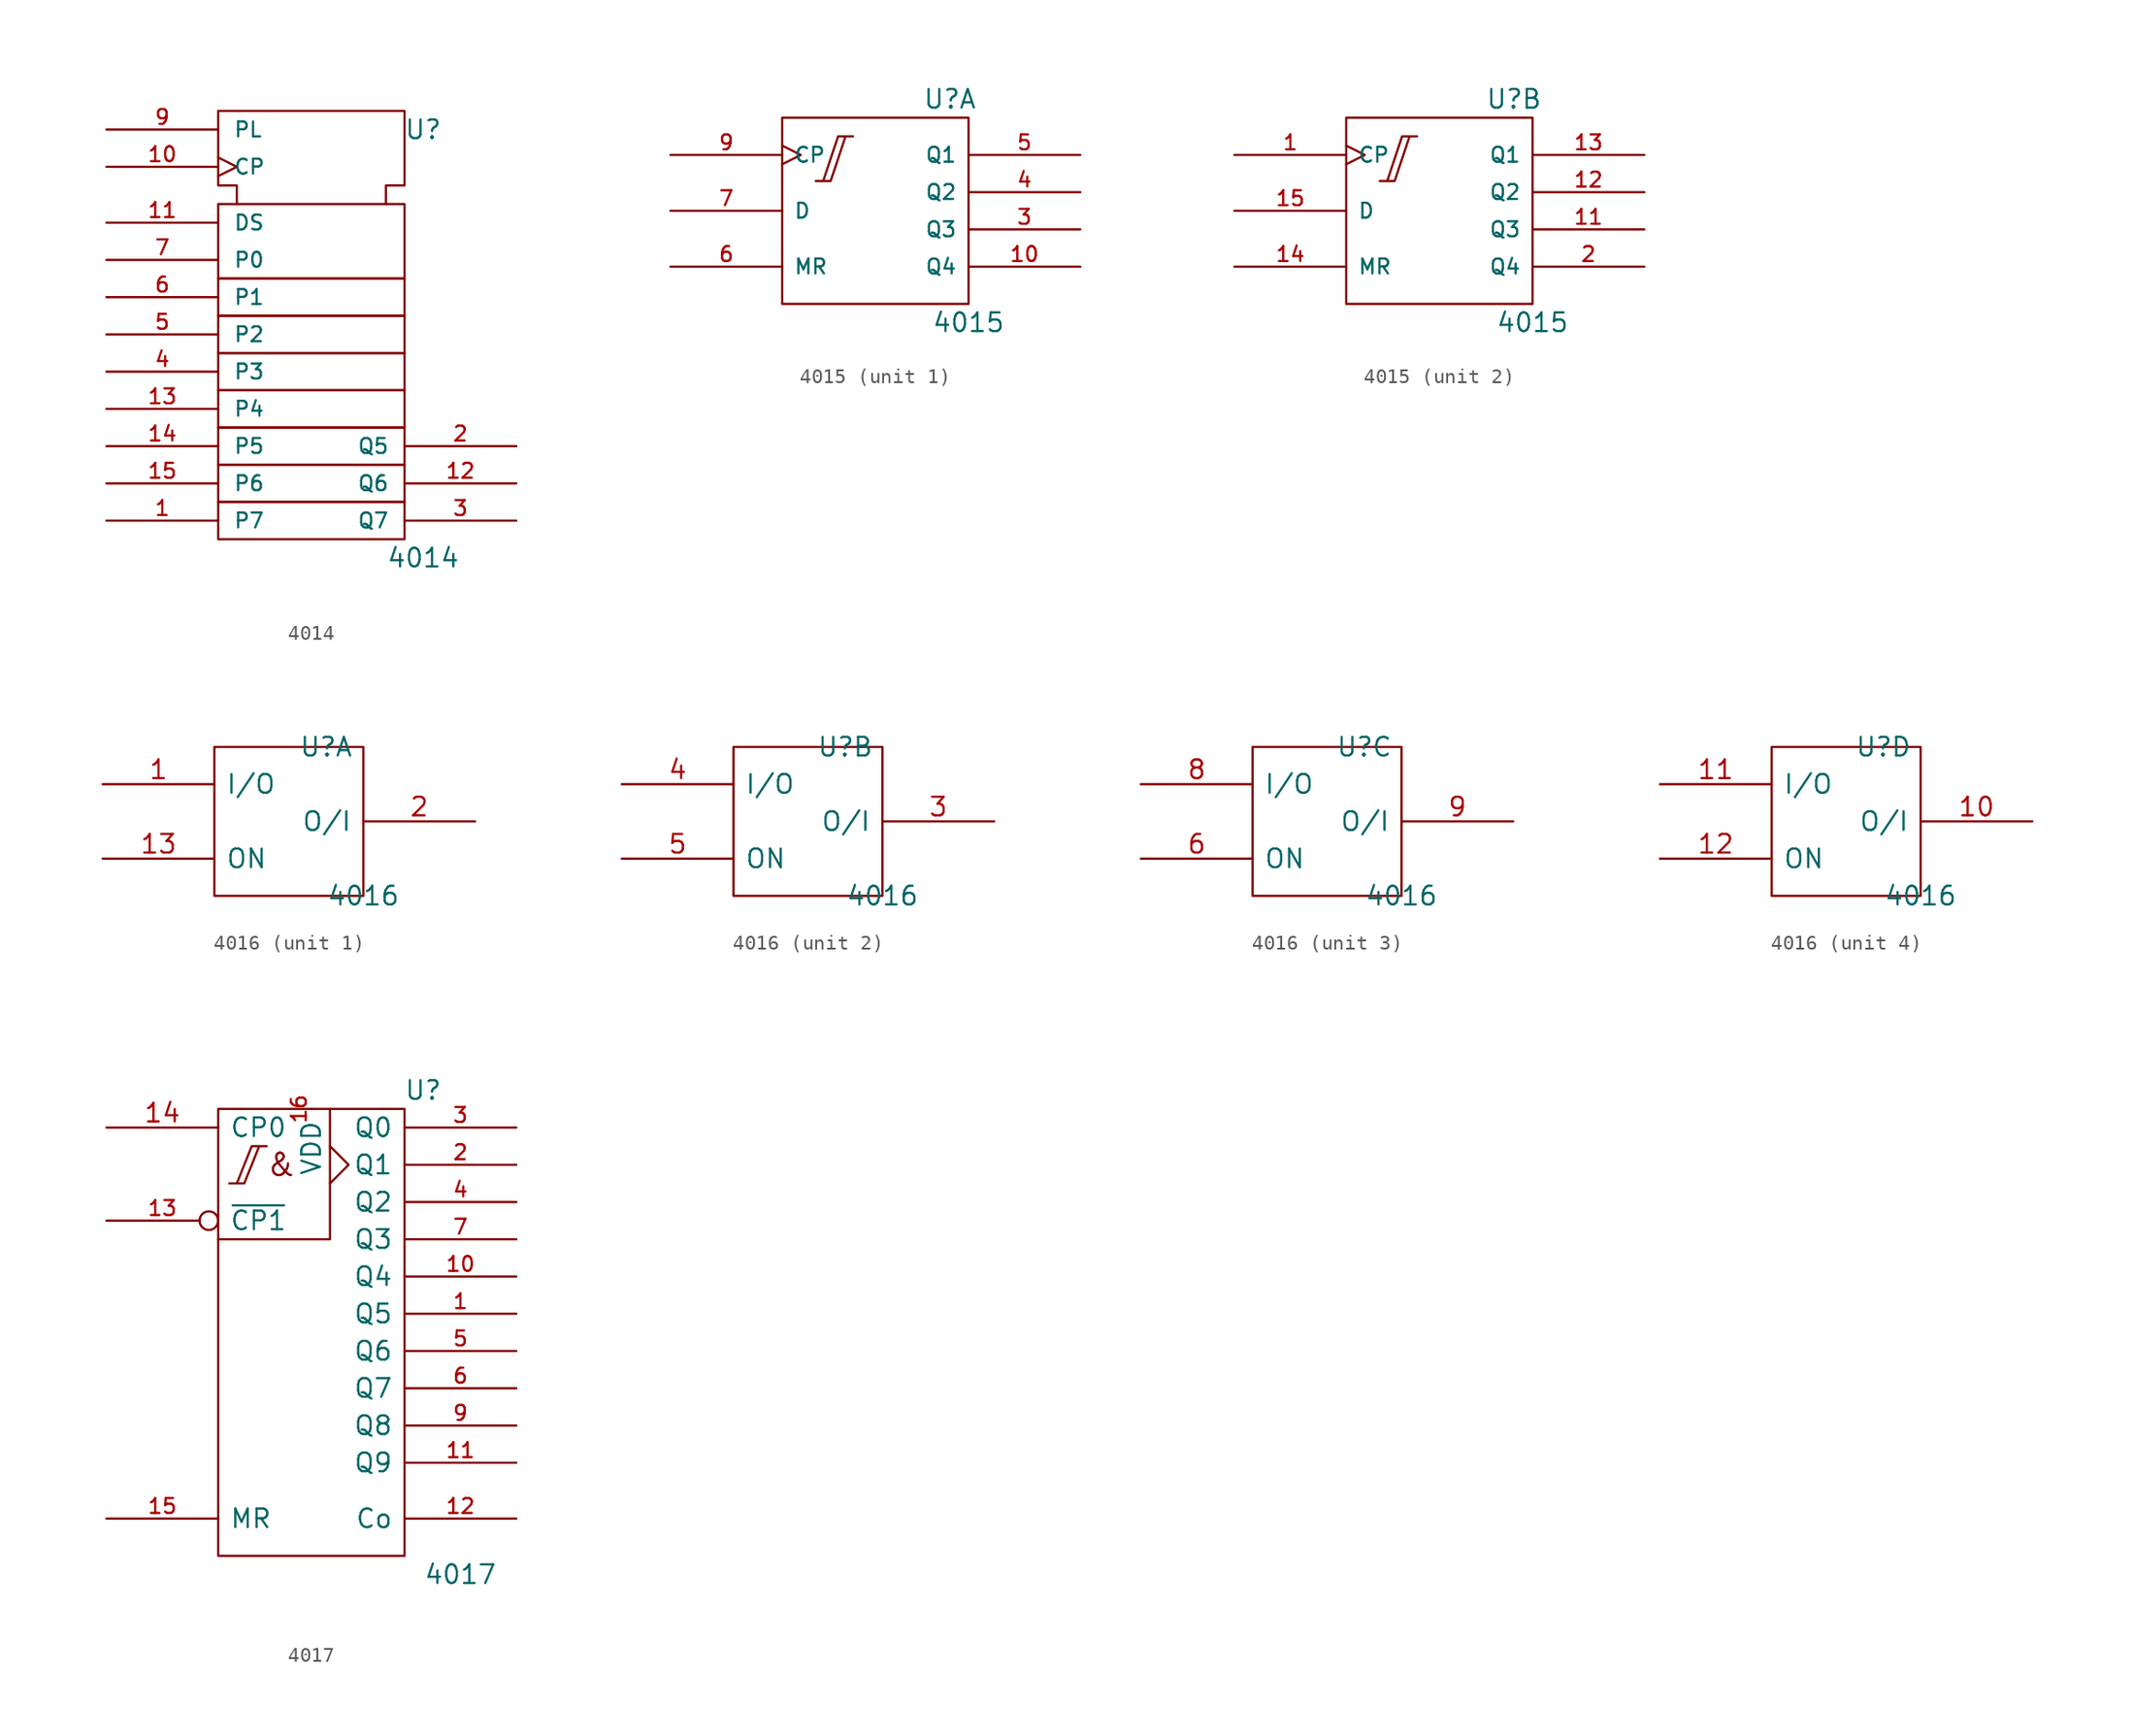
<source format=kicad_sym>
(kicad_symbol_lib
  (version 20201005)
  (generator kicad_symbol_editor)
  (symbol "4xxx_IEEE:4014"
    (pin_names
      (offset 1.016))
    (property "Reference" "U"
      (at 7.62 7.62 0)
      (effects (font (size 1.27 1.27))))
    (property "Value" "4014"
      (at 7.62 -21.59 0)
      (effects (font (size 1.27 1.27))))
    (symbol "4014_0_1"
      (rectangle (start -6.35 -17.78) (end 6.35 -20.32) (stroke (width 0)) (fill (type none)))
      (rectangle (start -6.35 -15.24) (end 6.35 -17.78) (stroke (width 0)) (fill (type none)))
      (rectangle (start -6.35 -12.7) (end 6.35 -15.24) (stroke (width 0)) (fill (type none)))
      (rectangle (start -6.35 -10.16) (end 6.35 -12.7) (stroke (width 0)) (fill (type none)))
      (rectangle (start -6.35 -7.62) (end 6.35 -10.16) (stroke (width 0)) (fill (type none)))
      (rectangle (start -6.35 -5.08) (end 6.35 -7.62) (stroke (width 0)) (fill (type none)))
      (rectangle (start -6.35 -2.54) (end 6.35 -5.08) (stroke (width 0)) (fill (type none)))
      (rectangle (start -6.35 2.54) (end 6.35 -2.54) (stroke (width 0)) (fill (type none)))
      (polyline (pts (xy -5.08 2.54) (xy -5.08 3.81) (xy -6.35 3.81) (xy -6.35 8.89) (xy 6.35 8.89) (xy 6.35 3.81) (xy 5.08 3.81) (xy 5.08 2.54) (xy 5.08 2.54)) (stroke (width 0)) (fill (type none))))
    (symbol "4014_1_1"
      (pin input line (at -13.97 -19.05 0) (length 7.62) (name "P7" (effects (font (size 1.016 1.016)))) (number "1" (effects (font (size 1.016 1.016)))))
      (pin output clock (at -13.97 5.08 0) (length 7.62) (name "CP" (effects (font (size 1.016 1.016)))) (number "10" (effects (font (size 1.016 1.016)))))
      (pin output line (at -13.97 1.27 0) (length 7.62) (name "DS" (effects (font (size 1.016 1.016)))) (number "11" (effects (font (size 1.016 1.016)))))
      (pin output line (at 13.97 -16.51 180) (length 7.62) (name "Q6" (effects (font (size 1.016 1.016)))) (number "12" (effects (font (size 1.016 1.016)))))
      (pin input line (at -13.97 -11.43 0) (length 7.62) (name "P4" (effects (font (size 1.016 1.016)))) (number "13" (effects (font (size 1.016 1.016)))))
      (pin input line (at -13.97 -13.97 0) (length 7.62) (name "P5" (effects (font (size 1.016 1.016)))) (number "14" (effects (font (size 1.016 1.016)))))
      (pin input line (at -13.97 -16.51 0) (length 7.62) (name "P6" (effects (font (size 1.016 1.016)))) (number "15" (effects (font (size 1.016 1.016)))))
      (pin power_in line (at 3.81 8.89 270) (length 0) hide (name "Vdd" (effects (font (size 1.016 1.016)))) (number "16" (effects (font (size 1.016 1.016)))))
      (pin output line (at 13.97 -13.97 180) (length 7.62) (name "Q5" (effects (font (size 1.016 1.016)))) (number "2" (effects (font (size 1.016 1.016)))))
      (pin output line (at 13.97 -19.05 180) (length 7.62) (name "Q7" (effects (font (size 1.016 1.016)))) (number "3" (effects (font (size 1.016 1.016)))))
      (pin input line (at -13.97 -8.89 0) (length 7.62) (name "P3" (effects (font (size 1.016 1.016)))) (number "4" (effects (font (size 1.016 1.016)))))
      (pin input line (at -13.97 -6.35 0) (length 7.62) (name "P2" (effects (font (size 1.016 1.016)))) (number "5" (effects (font (size 1.016 1.016)))))
      (pin input line (at -13.97 -3.81 0) (length 7.62) (name "P1" (effects (font (size 1.016 1.016)))) (number "6" (effects (font (size 1.016 1.016)))))
      (pin input line (at -13.97 -1.27 0) (length 7.62) (name "P0" (effects (font (size 1.016 1.016)))) (number "7" (effects (font (size 1.016 1.016)))))
      (pin power_in line (at 0 8.89 270) (length 0) hide (name "Vss" (effects (font (size 1.016 1.016)))) (number "8" (effects (font (size 1.016 1.016)))))
      (pin output line (at -13.97 7.62 0) (length 7.62) (name "PL" (effects (font (size 1.016 1.016)))) (number "9" (effects (font (size 1.016 1.016)))))))
  (symbol "4xxx_IEEE:4015"
    (pin_names
      (offset 0.762))
    (property "Reference" "U"
      (at 5.08 7.62 0)
      (effects (font (size 1.27 1.27))))
    (property "Value" "4015"
      (at 6.35 -7.62 0)
      (effects (font (size 1.27 1.27))))
    (symbol "4015_0_1"
      (rectangle (start 6.35 6.35) (end -6.35 -6.35) (stroke (width 0)) (fill (type none)))
      (polyline (pts (xy -4.064 2.032) (xy -3.048 2.032) (xy -2.032 5.08) (xy -1.524 5.08) (xy -2.54 5.08) (xy -3.556 2.032) (xy -3.556 2.032)) (stroke (width 0)) (fill (type none)))
      (pin power_in line (at 0 6.35 270) (length 0) hide (name "Vdd" (effects (font (size 1.016 1.016)))) (number "16" (effects (font (size 1.016 1.016)))))
      (pin power_in line (at 0 -6.35 90) (length 0) hide (name "Vss" (effects (font (size 1.016 1.016)))) (number "8" (effects (font (size 1.016 1.016))))))
    (symbol "4015_1_1"
      (pin output line (at 13.97 -3.81 180) (length 7.62) (name "Q4" (effects (font (size 1.016 1.016)))) (number "10" (effects (font (size 1.016 1.016)))))
      (pin output line (at 13.97 -1.27 180) (length 7.62) (name "Q3" (effects (font (size 1.016 1.016)))) (number "3" (effects (font (size 1.016 1.016)))))
      (pin output line (at 13.97 1.27 180) (length 7.62) (name "Q2" (effects (font (size 1.016 1.016)))) (number "4" (effects (font (size 1.016 1.016)))))
      (pin output line (at 13.97 3.81 180) (length 7.62) (name "Q1" (effects (font (size 1.016 1.016)))) (number "5" (effects (font (size 1.016 1.016)))))
      (pin input line (at -13.97 -3.81 0) (length 7.62) (name "MR" (effects (font (size 1.016 1.016)))) (number "6" (effects (font (size 1.016 1.016)))))
      (pin input line (at -13.97 0 0) (length 7.62) (name "D" (effects (font (size 1.016 1.016)))) (number "7" (effects (font (size 1.016 1.016)))))
      (pin input clock (at -13.97 3.81 0) (length 7.62) (name "CP" (effects (font (size 1.016 1.016)))) (number "9" (effects (font (size 1.016 1.016))))))
    (symbol "4015_2_1"
      (pin input clock (at -13.97 3.81 0) (length 7.62) (name "CP" (effects (font (size 1.016 1.016)))) (number "1" (effects (font (size 1.016 1.016)))))
      (pin output line (at 13.97 -1.27 180) (length 7.62) (name "Q3" (effects (font (size 1.016 1.016)))) (number "11" (effects (font (size 1.016 1.016)))))
      (pin output line (at 13.97 1.27 180) (length 7.62) (name "Q2" (effects (font (size 1.016 1.016)))) (number "12" (effects (font (size 1.016 1.016)))))
      (pin output line (at 13.97 3.81 180) (length 7.62) (name "Q1" (effects (font (size 1.016 1.016)))) (number "13" (effects (font (size 1.016 1.016)))))
      (pin input line (at -13.97 -3.81 0) (length 7.62) (name "MR" (effects (font (size 1.016 1.016)))) (number "14" (effects (font (size 1.016 1.016)))))
      (pin input line (at -13.97 0 0) (length 7.62) (name "D" (effects (font (size 1.016 1.016)))) (number "15" (effects (font (size 1.016 1.016)))))
      (pin output line (at 13.97 -3.81 180) (length 7.62) (name "Q4" (effects (font (size 1.016 1.016)))) (number "2" (effects (font (size 1.016 1.016)))))))
  (symbol "4xxx_IEEE:4016"
    (pin_names
      (offset 0.762))
    (property "Reference" "U"
      (at 2.54 5.08 0)
      (effects (font (size 1.27 1.27))))
    (property "Value" "4016"
      (at 5.08 -5.08 0)
      (effects (font (size 1.27 1.27))))
    (symbol "4016_0_1"
      (rectangle (start -5.08 5.08) (end 5.08 -5.08) (stroke (width 0)) (fill (type none)))
      (pin power_in line (at 0 5.08 270) (length 0) hide (name "Vdd" (effects (font (size 1.27 1.27)))) (number "14" (effects (font (size 1.27 1.27)))))
      (pin power_in line (at 0 -5.08 90) (length 0) hide (name "Vss" (effects (font (size 1.27 1.27)))) (number "7" (effects (font (size 1.27 1.27))))))
    (symbol "4016_1_1"
      (pin passive line (at -12.7 2.54 0) (length 7.62) (name "I/O" (effects (font (size 1.27 1.27)))) (number "1" (effects (font (size 1.27 1.27)))))
      (pin input line (at -12.7 -2.54 0) (length 7.62) (name "ON" (effects (font (size 1.27 1.27)))) (number "13" (effects (font (size 1.27 1.27)))))
      (pin passive line (at 12.7 0 180) (length 7.62) (name "O/I" (effects (font (size 1.27 1.27)))) (number "2" (effects (font (size 1.27 1.27))))))
    (symbol "4016_2_1"
      (pin passive line (at 12.7 0 180) (length 7.62) (name "O/I" (effects (font (size 1.27 1.27)))) (number "3" (effects (font (size 1.27 1.27)))))
      (pin passive line (at -12.7 2.54 0) (length 7.62) (name "I/O" (effects (font (size 1.27 1.27)))) (number "4" (effects (font (size 1.27 1.27)))))
      (pin input line (at -12.7 -2.54 0) (length 7.62) (name "ON" (effects (font (size 1.27 1.27)))) (number "5" (effects (font (size 1.27 1.27))))))
    (symbol "4016_3_1"
      (pin input line (at -12.7 -2.54 0) (length 7.62) (name "ON" (effects (font (size 1.27 1.27)))) (number "6" (effects (font (size 1.27 1.27)))))
      (pin passive line (at -12.7 2.54 0) (length 7.62) (name "I/O" (effects (font (size 1.27 1.27)))) (number "8" (effects (font (size 1.27 1.27)))))
      (pin passive line (at 12.7 0 180) (length 7.62) (name "O/I" (effects (font (size 1.27 1.27)))) (number "9" (effects (font (size 1.27 1.27))))))
    (symbol "4016_4_1"
      (pin passive line (at 12.7 0 180) (length 7.62) (name "O/I" (effects (font (size 1.27 1.27)))) (number "10" (effects (font (size 1.27 1.27)))))
      (pin passive line (at -12.7 2.54 0) (length 7.62) (name "I/O" (effects (font (size 1.27 1.27)))) (number "11" (effects (font (size 1.27 1.27)))))
      (pin input line (at -12.7 -2.54 0) (length 7.62) (name "ON" (effects (font (size 1.27 1.27)))) (number "12" (effects (font (size 1.27 1.27)))))))
  (symbol "4xxx_IEEE:4017"
    (pin_names
      (offset 0.762))
    (property "Reference" "U"
      (at 7.62 16.51 0)
      (effects (font (size 1.27 1.27))))
    (property "Value" "4017"
      (at 10.16 -16.51 0)
      (effects (font (size 1.27 1.27))))
    (symbol "4017_0_0"
      (text "&" (at -2.032 11.43 0) (effects (font (size 1.524 1.524))))
      (polyline (pts (xy -5.588 10.16) (xy -4.572 10.16) (xy -3.556 12.7) (xy -3.048 12.7) (xy -4.064 12.7) (xy -5.08 10.16) (xy -5.08 10.16)) (stroke (width 0)) (fill (type none)))
      (pin power_in line (at 0 15.24 270) (length 0) (name "VDD" (effects (font (size 1.27 1.27)))) (number "16" (effects (font (size 1.016 1.016)))))
      (pin power_in line (at 0 -15.24 90) (length 0) hide (name "VSS" (effects (font (size 1.27 1.27)))) (number "8" (effects (font (size 1.016 1.016))))))
    (symbol "4017_0_1"
      (rectangle (start -6.35 15.24) (end 6.35 -15.24) (stroke (width 0)) (fill (type none)))
      (polyline (pts (xy 1.27 12.7) (xy 2.54 11.43) (xy 1.27 10.16) (xy 1.27 10.16)) (stroke (width 0)) (fill (type none)))
      (polyline (pts (xy 1.27 15.24) (xy 1.27 6.35) (xy -6.35 6.35) (xy -6.35 6.35)) (stroke (width 0)) (fill (type none))))
    (symbol "4017_1_1"
      (pin output line (at 13.97 1.27 180) (length 7.62) (name "Q5" (effects (font (size 1.27 1.27)))) (number "1" (effects (font (size 1.016 1.016)))))
      (pin output line (at 13.97 3.81 180) (length 7.62) (name "Q4" (effects (font (size 1.27 1.27)))) (number "10" (effects (font (size 1.016 1.016)))))
      (pin output line (at 13.97 -8.89 180) (length 7.62) (name "Q9" (effects (font (size 1.27 1.27)))) (number "11" (effects (font (size 1.016 1.016)))))
      (pin output line (at 13.97 -12.7 180) (length 7.62) (name "Co" (effects (font (size 1.27 1.27)))) (number "12" (effects (font (size 1.016 1.016)))))
      (pin input inverted (at -13.97 7.62 0) (length 7.62) (name "~CP1" (effects (font (size 1.27 1.27)))) (number "13" (effects (font (size 1.016 1.016)))))
      (pin input line (at -13.97 13.97 0) (length 7.62) (name "CP0" (effects (font (size 1.27 1.27)))) (number "14" (effects (font (size 1.27 1.27)))))
      (pin input line (at -13.97 -12.7 0) (length 7.62) (name "MR" (effects (font (size 1.27 1.27)))) (number "15" (effects (font (size 1.016 1.016)))))
      (pin output line (at 13.97 11.43 180) (length 7.62) (name "Q1" (effects (font (size 1.27 1.27)))) (number "2" (effects (font (size 1.016 1.016)))))
      (pin output line (at 13.97 13.97 180) (length 7.62) (name "Q0" (effects (font (size 1.27 1.27)))) (number "3" (effects (font (size 1.016 1.016)))))
      (pin output line (at 13.97 8.89 180) (length 7.62) (name "Q2" (effects (font (size 1.27 1.27)))) (number "4" (effects (font (size 1.016 1.016)))))
      (pin output line (at 13.97 -1.27 180) (length 7.62) (name "Q6" (effects (font (size 1.27 1.27)))) (number "5" (effects (font (size 1.016 1.016)))))
      (pin output line (at 13.97 -3.81 180) (length 7.62) (name "Q7" (effects (font (size 1.27 1.27)))) (number "6" (effects (font (size 1.016 1.016)))))
      (pin output line (at 13.97 6.35 180) (length 7.62) (name "Q3" (effects (font (size 1.27 1.27)))) (number "7" (effects (font (size 1.016 1.016)))))
      (pin output line (at 13.97 -6.35 180) (length 7.62) (name "Q8" (effects (font (size 1.27 1.27)))) (number "9" (effects (font (size 1.016 1.016))))))))
</source>
